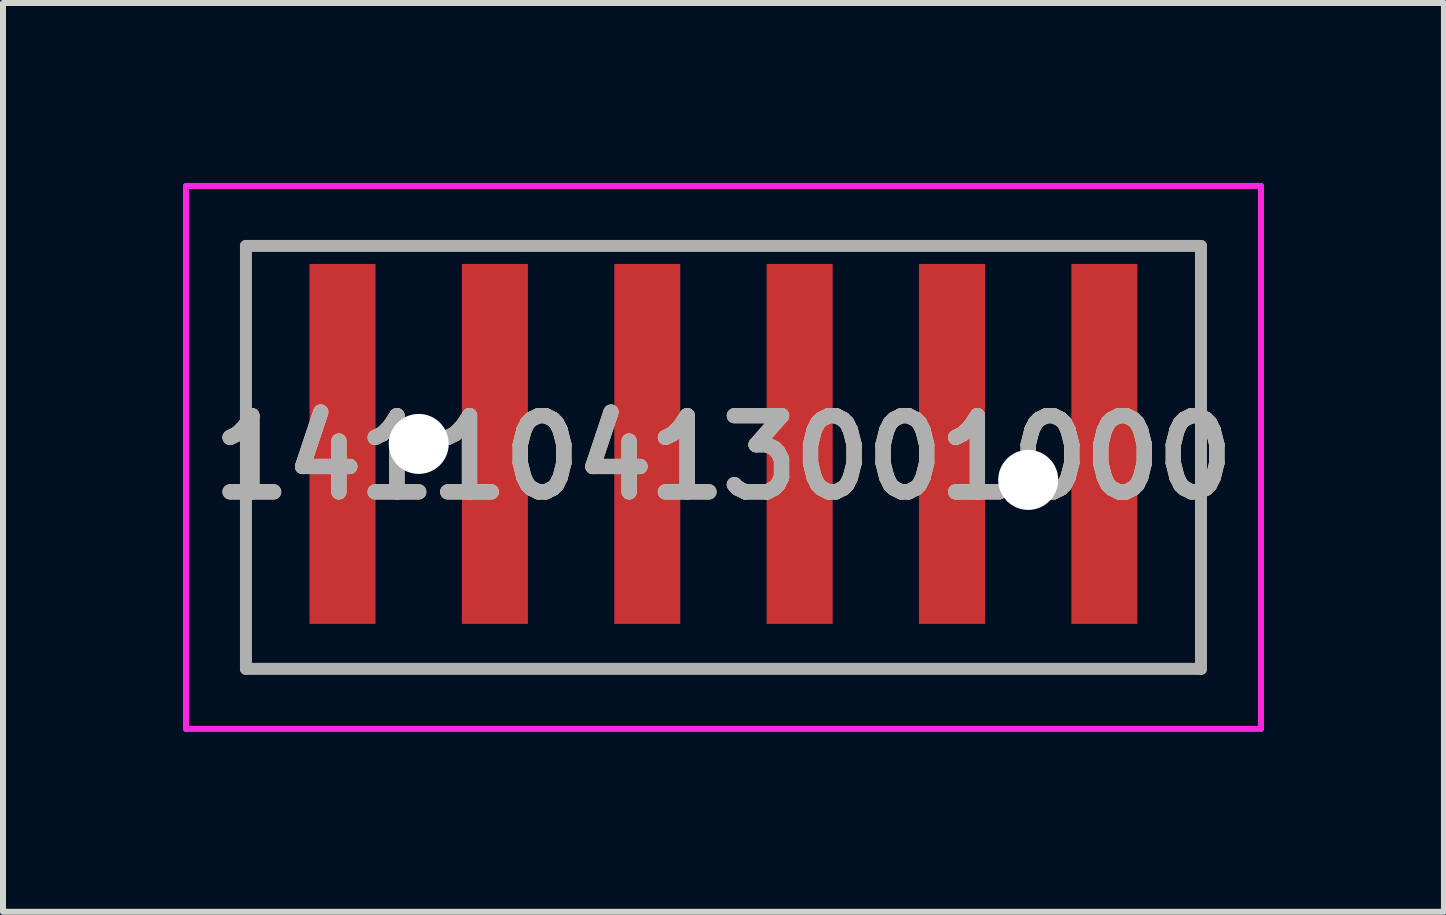
<source format=kicad_pcb>
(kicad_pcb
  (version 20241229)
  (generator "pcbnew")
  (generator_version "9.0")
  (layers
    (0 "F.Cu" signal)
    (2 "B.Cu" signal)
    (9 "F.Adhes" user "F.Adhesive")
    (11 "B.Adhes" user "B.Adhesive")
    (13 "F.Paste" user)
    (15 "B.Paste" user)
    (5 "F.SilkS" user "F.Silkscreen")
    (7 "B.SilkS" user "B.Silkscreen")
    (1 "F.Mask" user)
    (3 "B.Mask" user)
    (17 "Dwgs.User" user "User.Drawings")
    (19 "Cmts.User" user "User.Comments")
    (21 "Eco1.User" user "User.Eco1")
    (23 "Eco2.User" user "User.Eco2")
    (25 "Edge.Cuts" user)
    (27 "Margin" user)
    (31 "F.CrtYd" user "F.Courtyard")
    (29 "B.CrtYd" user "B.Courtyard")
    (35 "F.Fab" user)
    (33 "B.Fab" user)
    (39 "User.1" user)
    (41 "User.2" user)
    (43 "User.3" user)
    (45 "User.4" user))
  (footprint "14110413001000"
    (layer "F.Cu")
    (at 9.01 4.35)
    (property "Reference" "14110413001000" (at 0 0.225 0) (layer "F.SilkS") (effects (font (size 1.27 1.27) (thickness 0.254))))
    (attr through_hole)
    (fp_line (start -7.96 -3.3) (end -7.96 -3.3) (stroke (width 0.1) (type solid)) (layer "F.SilkS"))
    (fp_line (start -7.96 -3.3) (end -7.5 -3.3) (stroke (width 0.1) (type solid)) (layer "F.SilkS"))
    (fp_line (start -7.96 -3.275) (end -7.96 -3.275) (stroke (width 0.1) (type solid)) (layer "F.SilkS"))
    (fp_line (start -7.96 -3.275) (end -7.96 3.75) (stroke (width 0.1) (type solid)) (layer "F.SilkS"))
    (fp_line (start -7.96 3.75) (end -7.96 -3.275) (stroke (width 0.1) (type solid)) (layer "F.SilkS"))
    (fp_line (start -7.96 3.75) (end -7.96 3.75) (stroke (width 0.1) (type solid)) (layer "F.SilkS"))
    (fp_line (start -7.96 3.75) (end -7.96 3.75) (stroke (width 0.1) (type solid)) (layer "F.SilkS"))
    (fp_line (start -7.96 3.75) (end 7.96 3.75) (stroke (width 0.1) (type solid)) (layer "F.SilkS"))
    (fp_line (start -7.5 -3.3) (end -7.96 -3.3) (stroke (width 0.1) (type solid)) (layer "F.SilkS"))
    (fp_line (start -7.5 -3.3) (end -7.5 -3.3) (stroke (width 0.1) (type solid)) (layer "F.SilkS"))
    (fp_line (start 7.5 -3.3) (end 7.5 -3.275) (stroke (width 0.1) (type solid)) (layer "F.SilkS"))
    (fp_line (start 7.5 -3.275) (end 7.96 -3.275) (stroke (width 0.1) (type solid)) (layer "F.SilkS"))
    (fp_line (start 7.96 -3.3) (end 7.5 -3.3) (stroke (width 0.1) (type solid)) (layer "F.SilkS"))
    (fp_line (start 7.96 -3.275) (end 7.96 -3.3) (stroke (width 0.1) (type solid)) (layer "F.SilkS"))
    (fp_line (start 7.96 -3.275) (end 7.96 -3.275) (stroke (width 0.1) (type solid)) (layer "F.SilkS"))
    (fp_line (start 7.96 -3.275) (end 7.96 3.75) (stroke (width 0.1) (type solid)) (layer "F.SilkS"))
    (fp_line (start 7.96 3.75) (end -7.96 3.75) (stroke (width 0.1) (type solid)) (layer "F.SilkS"))
    (fp_line (start 7.96 3.75) (end 7.96 -3.275) (stroke (width 0.1) (type solid)) (layer "F.SilkS"))
    (fp_line (start 7.96 3.75) (end 7.96 3.75) (stroke (width 0.1) (type solid)) (layer "F.SilkS"))
    (fp_line (start 7.96 3.75) (end 7.96 3.75) (stroke (width 0.1) (type solid)) (layer "F.SilkS"))
    (fp_line (start -8.96 -4.3) (end 8.96 -4.3) (stroke (width 0.1) (type solid)) (layer "F.CrtYd"))
    (fp_line (start -8.96 4.75) (end -8.96 -4.3) (stroke (width 0.1) (type solid)) (layer "F.CrtYd"))
    (fp_line (start 8.96 -4.3) (end 8.96 4.75) (stroke (width 0.1) (type solid)) (layer "F.CrtYd"))
    (fp_line (start 8.96 4.75) (end -8.96 4.75) (stroke (width 0.1) (type solid)) (layer "F.CrtYd"))
    (fp_line (start -7.96 -3.3) (end -7.96 3.75) (stroke (width 0.2) (type solid)) (layer "F.Fab"))
    (fp_line (start -7.96 3.75) (end 7.96 3.75) (stroke (width 0.2) (type solid)) (layer "F.Fab"))
    (fp_line (start 7.96 -3.3) (end -7.96 -3.3) (stroke (width 0.2) (type solid)) (layer "F.Fab"))
    (fp_line (start 7.96 3.75) (end 7.96 -3.3) (stroke (width 0.2) (type solid)) (layer "F.Fab"))
    (fp_text user "${REFERENCE}" (at 0 0.225 0) (layer "F.Fab") (effects (font (size 1.27 1.27) (thickness 0.254))))
    (pad "" np_thru_hole circle (at -5.08 0) (size 1 1) (drill 1) (layers "*.Cu" "*.Mask"))
    (pad "" np_thru_hole circle (at 5.08 0.6) (size 1 1) (drill 1) (layers "*.Cu" "*.Mask"))
    (pad "1" smd rect (at -3.81 0) (size 1.1 6) (layers "F.Cu" "F.Mask" "F.Paste"))
    (pad "2" smd rect (at -1.27 0) (size 1.1 6) (layers "F.Cu" "F.Mask" "F.Paste"))
    (pad "3" smd rect (at 1.27 0) (size 1.1 6) (layers "F.Cu" "F.Mask" "F.Paste"))
    (pad "4" smd rect (at 3.81 0) (size 1.1 6) (layers "F.Cu" "F.Mask" "F.Paste"))
    (pad "MP1" smd rect (at -6.35 0) (size 1.1 6) (layers "F.Cu" "F.Mask" "F.Paste"))
    (pad "MP2" smd rect (at 6.35 0) (size 1.1 6) (layers "F.Cu" "F.Mask" "F.Paste")))
  (gr_rect
    (start -3 -3)
    (end 21.02 12.15)
    (stroke (width 0.1) (type default))
    (fill no)
    (layer "Edge.Cuts")))
</source>
